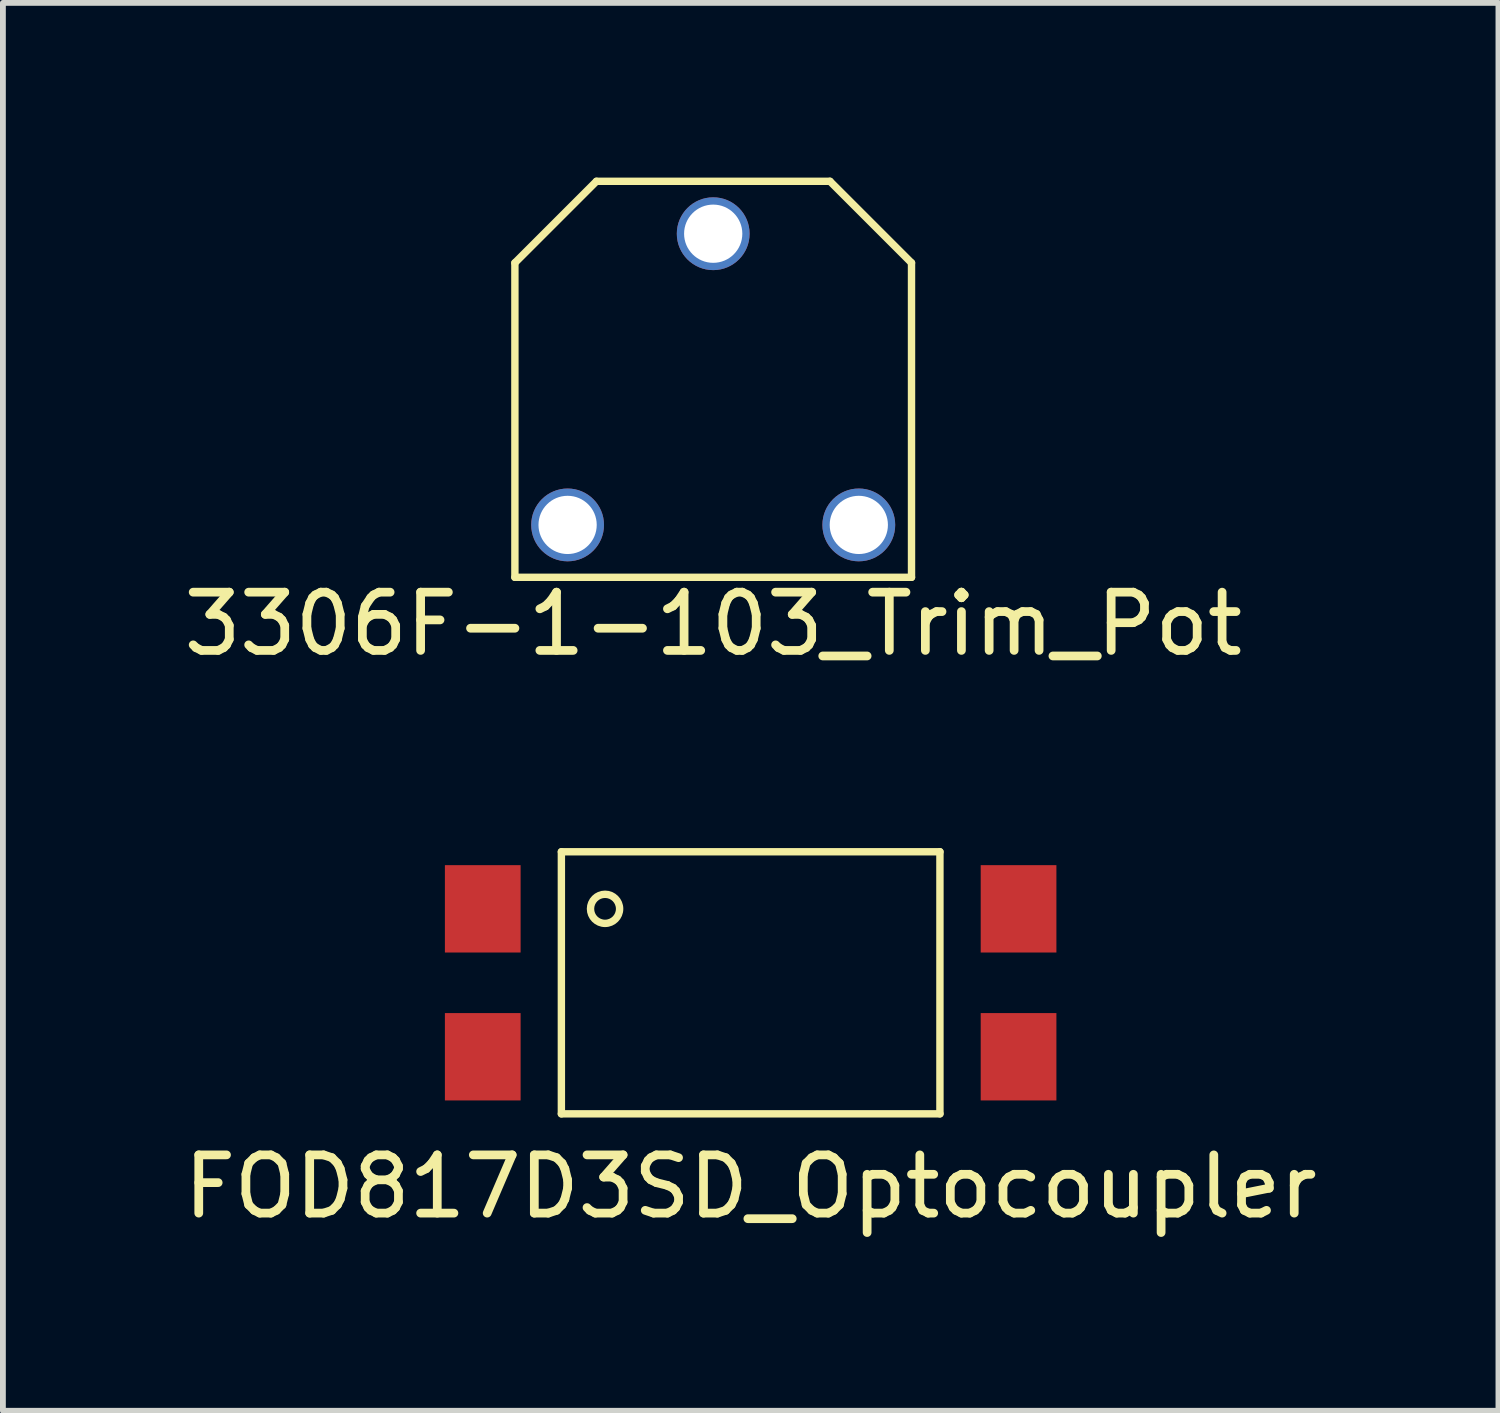
<source format=kicad_pcb>
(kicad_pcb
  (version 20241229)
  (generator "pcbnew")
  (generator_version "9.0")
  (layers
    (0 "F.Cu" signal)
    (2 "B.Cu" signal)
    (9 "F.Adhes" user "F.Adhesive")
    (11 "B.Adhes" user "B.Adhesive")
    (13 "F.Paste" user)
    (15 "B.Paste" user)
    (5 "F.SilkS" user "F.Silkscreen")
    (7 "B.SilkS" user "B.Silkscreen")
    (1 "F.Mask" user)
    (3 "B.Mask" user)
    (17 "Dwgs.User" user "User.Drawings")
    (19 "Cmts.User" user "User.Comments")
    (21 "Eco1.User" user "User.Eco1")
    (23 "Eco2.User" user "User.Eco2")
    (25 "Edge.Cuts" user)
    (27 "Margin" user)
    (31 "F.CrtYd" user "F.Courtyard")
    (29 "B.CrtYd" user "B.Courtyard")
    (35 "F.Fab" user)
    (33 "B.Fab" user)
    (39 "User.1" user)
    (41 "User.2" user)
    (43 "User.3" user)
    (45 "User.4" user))
  (footprint "FOD817D3SD_Optocoupler"
    (layer "F.Cu")
    (at 9.839 13.825)
    (property "Reference" "FOD817D3SD_Optocoupler" (at 0 3.5 0) (layer "F.SilkS") (effects (font (size 1 1) (thickness 0.15))))
    (attr through_hole)
    (fp_line (start -3.25 -2.25) (end 3.25 -2.25) (stroke (width 0.127) (type solid)) (layer "F.SilkS"))
    (fp_line (start -3.25 2.25) (end -3.25 -2.25) (stroke (width 0.127) (type solid)) (layer "F.SilkS"))
    (fp_line (start 3.25 -2.25) (end 3.25 2.25) (stroke (width 0.127) (type solid)) (layer "F.SilkS"))
    (fp_line (start 3.25 2.25) (end -3.25 2.25) (stroke (width 0.127) (type solid)) (layer "F.SilkS"))
    (fp_circle (center -2.5 -1.27) (end -2.25 -1.27) (stroke (width 0.127) (type solid)) (fill no) (layer "F.SilkS"))
    (pad "1" smd rect (at -4.6 -1.27) (size 1.3 1.5) (layers "F.Cu" "F.Mask" "F.Paste"))
    (pad "2" smd rect (at -4.6 1.27) (size 1.3 1.5) (layers "F.Cu" "F.Mask" "F.Paste"))
    (pad "3" smd rect (at 4.6 1.27) (size 1.3 1.5) (layers "F.Cu" "F.Mask" "F.Paste"))
    (pad "4" smd rect (at 4.6 -1.27) (size 1.3 1.5) (layers "F.Cu" "F.Mask" "F.Paste")))
  (footprint "3306F-1-103_Trim_Pot"
    (layer "F.Cu")
    (at 9.196 5.963)
    (property "Reference" "3306F-1-103_Trim_Pot" (at 0 1.7 0) (layer "F.SilkS") (effects (font (size 1 1) (thickness 0.15))))
    (attr through_hole)
    (fp_line (start -3.405 -4.5) (end -3.405 0.9) (stroke (width 0.127) (type solid)) (layer "F.SilkS"))
    (fp_line (start -3.405 0.9) (end 3.405 0.9) (stroke (width 0.127) (type solid)) (layer "F.SilkS"))
    (fp_line (start -2.005 -5.9) (end -3.405 -4.5) (stroke (width 0.127) (type solid)) (layer "F.SilkS"))
    (fp_line (start 2.005 -5.9) (end -2.005 -5.9) (stroke (width 0.127) (type solid)) (layer "F.SilkS"))
    (fp_line (start 3.405 -4.5) (end 2.005 -5.9) (stroke (width 0.127) (type solid)) (layer "F.SilkS"))
    (fp_line (start 3.405 0.9) (end 3.405 -4.5) (stroke (width 0.127) (type solid)) (layer "F.SilkS"))
    (pad "1" thru_hole circle (at -2.5 0) (size 1.25 1.25) (drill 1) (layers "*.Cu" "*.Mask"))
    (pad "2" thru_hole circle (at 0 -5) (size 1.25 1.25) (drill 1) (layers "*.Cu" "*.Mask"))
    (pad "3" thru_hole circle (at 2.5 0) (size 1.25 1.25) (drill 1) (layers "*.Cu" "*.Mask")))
  (gr_rect
    (start -3 -3)
    (end 22.679 21.174)
    (stroke (width 0.1) (type default))
    (fill no)
    (layer "Edge.Cuts")))
</source>
